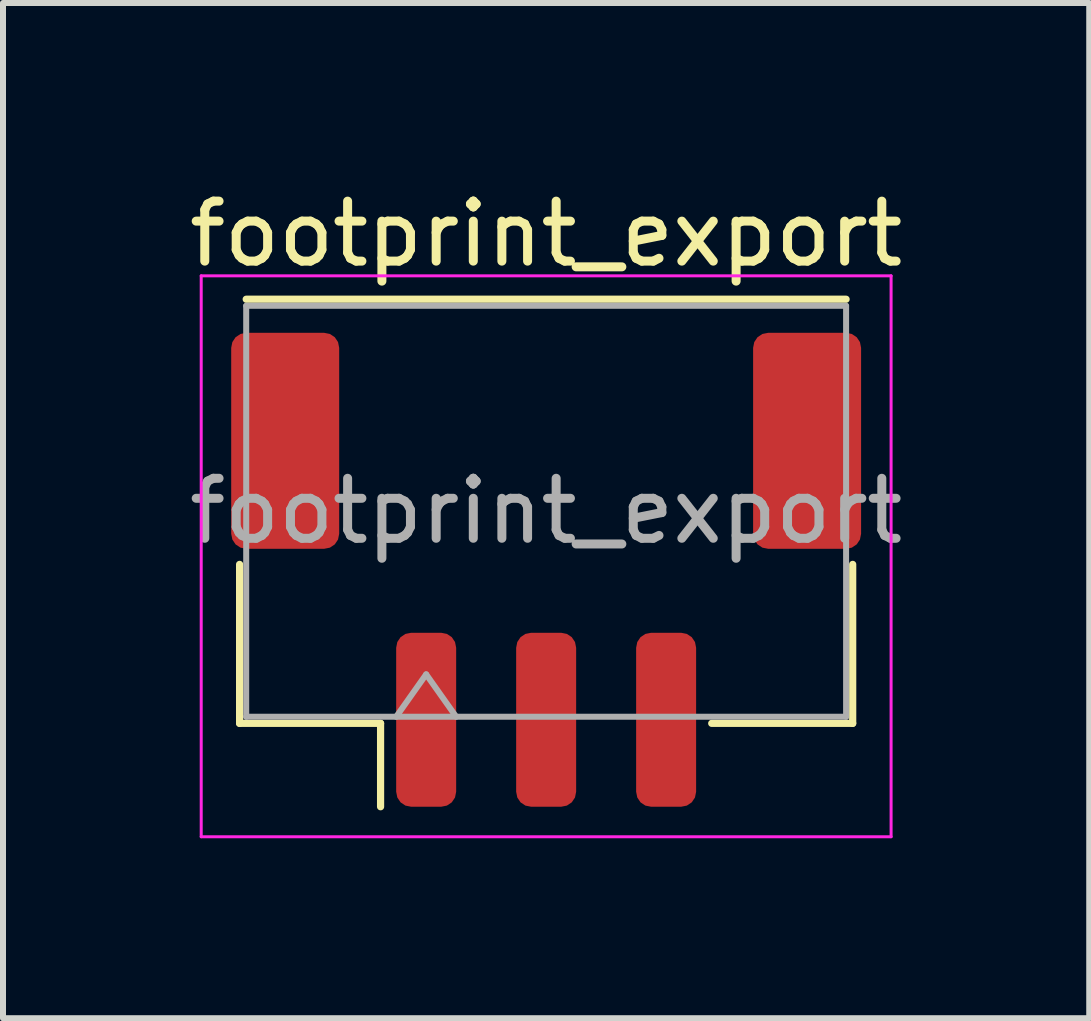
<source format=kicad_pcb>
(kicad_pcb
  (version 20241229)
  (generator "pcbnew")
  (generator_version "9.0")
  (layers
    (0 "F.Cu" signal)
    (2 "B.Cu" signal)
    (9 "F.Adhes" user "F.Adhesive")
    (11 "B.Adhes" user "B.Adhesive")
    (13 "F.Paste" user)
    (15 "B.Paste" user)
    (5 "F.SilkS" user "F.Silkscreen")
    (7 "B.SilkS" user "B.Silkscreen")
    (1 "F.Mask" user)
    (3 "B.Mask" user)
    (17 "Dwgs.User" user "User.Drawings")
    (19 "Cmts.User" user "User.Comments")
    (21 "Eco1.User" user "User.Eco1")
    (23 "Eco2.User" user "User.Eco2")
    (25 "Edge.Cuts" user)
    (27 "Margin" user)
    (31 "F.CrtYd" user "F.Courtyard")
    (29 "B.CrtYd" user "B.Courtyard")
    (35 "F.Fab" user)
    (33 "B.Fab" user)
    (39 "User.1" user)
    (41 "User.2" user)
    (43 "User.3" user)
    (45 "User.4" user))
  (footprint "footprint_export"
    (layer "F.Cu")
    (at 6.054 6.448)
    (property "Reference" "footprint_export" (at 0 -5.6 0) (layer "F.SilkS") (effects (font (size 1 1) (thickness 0.15))))
    (attr smd)
    (fp_line (start -5.11 -0.09) (end -5.11 2.56) (stroke (width 0.12) (type solid)) (layer "F.SilkS"))
    (fp_line (start -5.11 2.56) (end -2.76 2.56) (stroke (width 0.12) (type solid)) (layer "F.SilkS"))
    (fp_line (start -5 -4.51) (end 5 -4.51) (stroke (width 0.12) (type solid)) (layer "F.SilkS"))
    (fp_line (start -2.76 2.56) (end -2.76 3.95) (stroke (width 0.12) (type solid)) (layer "F.SilkS"))
    (fp_line (start 5.11 -0.09) (end 5.11 2.56) (stroke (width 0.12) (type solid)) (layer "F.SilkS"))
    (fp_line (start 5.11 2.56) (end 2.76 2.56) (stroke (width 0.12) (type solid)) (layer "F.SilkS"))
    (fp_line (start -5.75 -4.9) (end -5.75 4.45) (stroke (width 0.05) (type solid)) (layer "F.CrtYd"))
    (fp_line (start -5.75 4.45) (end 5.75 4.45) (stroke (width 0.05) (type solid)) (layer "F.CrtYd"))
    (fp_line (start 5.75 -4.9) (end -5.75 -4.9) (stroke (width 0.05) (type solid)) (layer "F.CrtYd"))
    (fp_line (start 5.75 4.45) (end 5.75 -4.9) (stroke (width 0.05) (type solid)) (layer "F.CrtYd"))
    (fp_line (start -5 -4.4) (end 5 -4.4) (stroke (width 0.1) (type solid)) (layer "F.Fab"))
    (fp_line (start -5 2.45) (end -5 -4.4) (stroke (width 0.1) (type solid)) (layer "F.Fab"))
    (fp_line (start -5 2.45) (end 5 2.45) (stroke (width 0.1) (type solid)) (layer "F.Fab"))
    (fp_line (start -2.5 2.45) (end -2 1.743) (stroke (width 0.1) (type solid)) (layer "F.Fab"))
    (fp_line (start -2 1.743) (end -1.5 2.45) (stroke (width 0.1) (type solid)) (layer "F.Fab"))
    (fp_line (start 5 2.45) (end 5 -4.4) (stroke (width 0.1) (type solid)) (layer "F.Fab"))
    (fp_text user "${REFERENCE}" (at 0 -0.98 0) (layer "F.Fab") (effects (font (size 1 1) (thickness 0.15))))
    (pad "1" smd roundrect (at -2 2.5) (size 1 2.9) (layers "F.Cu" "F.Mask" "F.Paste") (roundrect_rratio 0.25))
    (pad "2" smd roundrect (at 0 2.5) (size 1 2.9) (layers "F.Cu" "F.Mask" "F.Paste") (roundrect_rratio 0.25))
    (pad "3" smd roundrect (at 2 2.5) (size 1 2.9) (layers "F.Cu" "F.Mask" "F.Paste") (roundrect_rratio 0.25))
    (pad "MP" smd roundrect (at -4.35 -2.15) (size 1.8 3.6) (layers "F.Cu" "F.Mask" "F.Paste") (roundrect_rratio 0.139))
    (pad "MP" smd roundrect (at 4.35 -2.15) (size 1.8 3.6) (layers "F.Cu" "F.Mask" "F.Paste") (roundrect_rratio 0.139)))
  (gr_rect
    (start -3 -3)
    (end 15.107 13.923)
    (stroke (width 0.1) (type default))
    (fill no)
    (layer "Edge.Cuts")))
</source>
